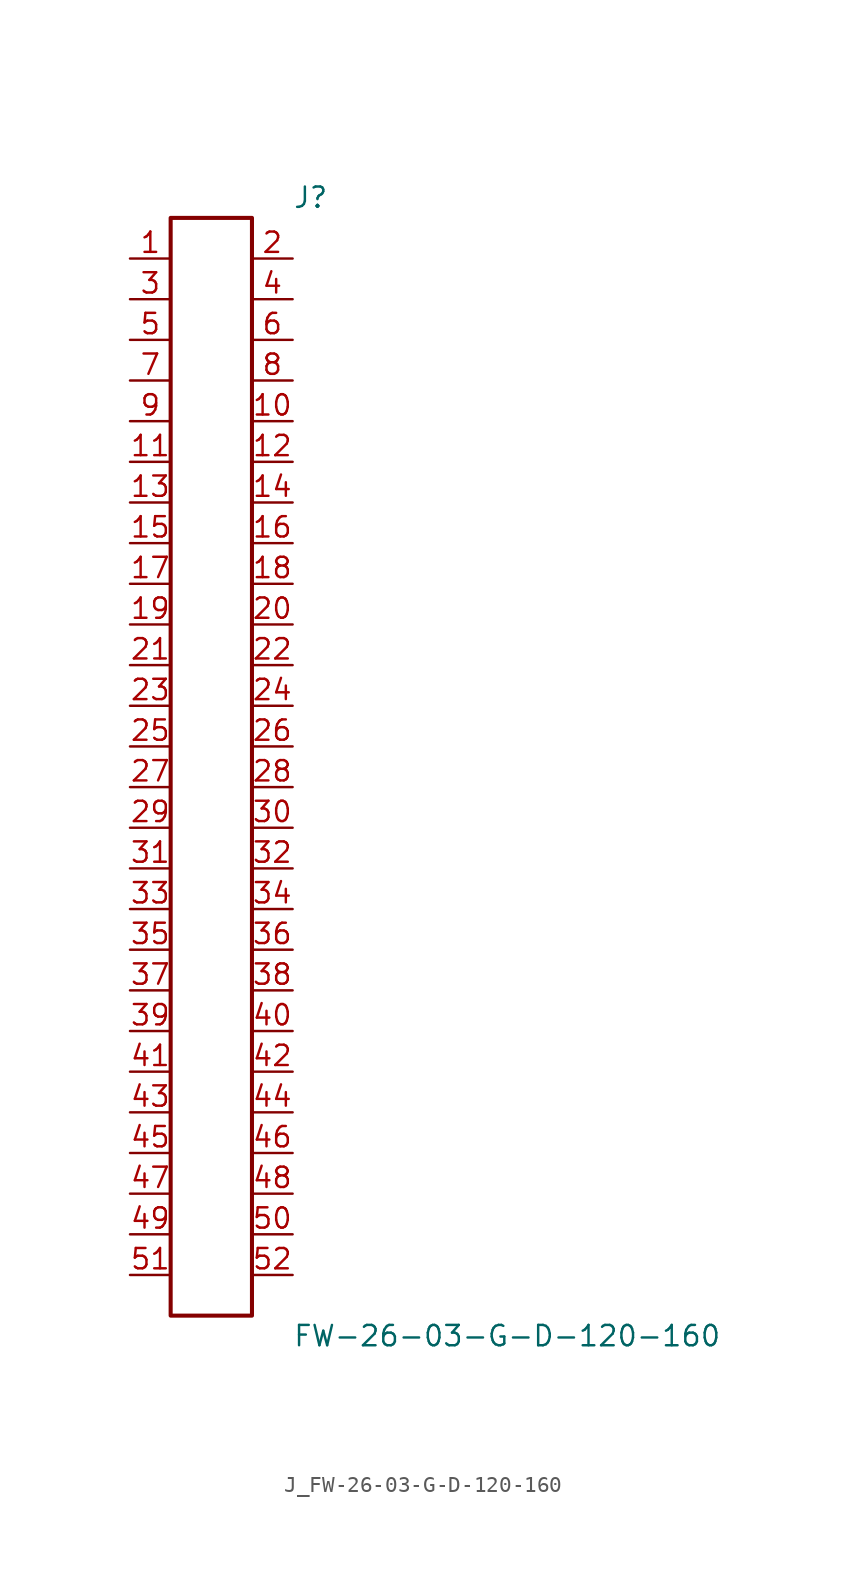
<source format=kicad_sym>
(kicad_symbol_lib
  (version 20231120)
  (generator kicad_symbol_editor)
  (generator_version 8.0)
  (symbol "J_FW-26-03-G-D-120-160"
    (pin_names
      (offset 0.254))
    (property "Reference" "J"
      (at 5.08 35.56 0)
      (effects (font (size 1.27 1.27)) (justify left)))
    (property "Value" "FW-26-03-G-D-120-160"
      (at 5.08 -35.56 0)
      (effects (font (size 1.27 1.27)) (justify left)))
    (symbol "J_FW-26-03-G-D-120-160_0_0"
      (pin passive line (at -5.08 31.75 0) (length 2.54) (name "" (effects (font (size 1.27 1.27)))) (number "1" (effects (font (size 1.27 1.27)))))
      (pin passive line (at 5.08 31.75 180) (length 2.54) (name "" (effects (font (size 1.27 1.27)))) (number "2" (effects (font (size 1.27 1.27)))))
      (pin passive line (at -5.08 29.21 0) (length 2.54) (name "" (effects (font (size 1.27 1.27)))) (number "3" (effects (font (size 1.27 1.27)))))
      (pin passive line (at 5.08 29.21 180) (length 2.54) (name "" (effects (font (size 1.27 1.27)))) (number "4" (effects (font (size 1.27 1.27)))))
      (pin passive line (at -5.08 26.67 0) (length 2.54) (name "" (effects (font (size 1.27 1.27)))) (number "5" (effects (font (size 1.27 1.27)))))
      (pin passive line (at 5.08 26.67 180) (length 2.54) (name "" (effects (font (size 1.27 1.27)))) (number "6" (effects (font (size 1.27 1.27)))))
      (pin passive line (at -5.08 24.13 0) (length 2.54) (name "" (effects (font (size 1.27 1.27)))) (number "7" (effects (font (size 1.27 1.27)))))
      (pin passive line (at 5.08 24.13 180) (length 2.54) (name "" (effects (font (size 1.27 1.27)))) (number "8" (effects (font (size 1.27 1.27)))))
      (pin passive line (at -5.08 21.59 0) (length 2.54) (name "" (effects (font (size 1.27 1.27)))) (number "9" (effects (font (size 1.27 1.27)))))
      (pin passive line (at 5.08 21.59 180) (length 2.54) (name "" (effects (font (size 1.27 1.27)))) (number "10" (effects (font (size 1.27 1.27)))))
      (pin passive line (at -5.08 19.05 0) (length 2.54) (name "" (effects (font (size 1.27 1.27)))) (number "11" (effects (font (size 1.27 1.27)))))
      (pin passive line (at 5.08 19.05 180) (length 2.54) (name "" (effects (font (size 1.27 1.27)))) (number "12" (effects (font (size 1.27 1.27)))))
      (pin passive line (at -5.08 16.51 0) (length 2.54) (name "" (effects (font (size 1.27 1.27)))) (number "13" (effects (font (size 1.27 1.27)))))
      (pin passive line (at 5.08 16.51 180) (length 2.54) (name "" (effects (font (size 1.27 1.27)))) (number "14" (effects (font (size 1.27 1.27)))))
      (pin passive line (at -5.08 13.97 0) (length 2.54) (name "" (effects (font (size 1.27 1.27)))) (number "15" (effects (font (size 1.27 1.27)))))
      (pin passive line (at 5.08 13.97 180) (length 2.54) (name "" (effects (font (size 1.27 1.27)))) (number "16" (effects (font (size 1.27 1.27)))))
      (pin passive line (at -5.08 11.43 0) (length 2.54) (name "" (effects (font (size 1.27 1.27)))) (number "17" (effects (font (size 1.27 1.27)))))
      (pin passive line (at 5.08 11.43 180) (length 2.54) (name "" (effects (font (size 1.27 1.27)))) (number "18" (effects (font (size 1.27 1.27)))))
      (pin passive line (at -5.08 8.89 0) (length 2.54) (name "" (effects (font (size 1.27 1.27)))) (number "19" (effects (font (size 1.27 1.27)))))
      (pin passive line (at 5.08 8.89 180) (length 2.54) (name "" (effects (font (size 1.27 1.27)))) (number "20" (effects (font (size 1.27 1.27)))))
      (pin passive line (at -5.08 6.35 0) (length 2.54) (name "" (effects (font (size 1.27 1.27)))) (number "21" (effects (font (size 1.27 1.27)))))
      (pin passive line (at 5.08 6.35 180) (length 2.54) (name "" (effects (font (size 1.27 1.27)))) (number "22" (effects (font (size 1.27 1.27)))))
      (pin passive line (at -5.08 3.81 0) (length 2.54) (name "" (effects (font (size 1.27 1.27)))) (number "23" (effects (font (size 1.27 1.27)))))
      (pin passive line (at 5.08 3.81 180) (length 2.54) (name "" (effects (font (size 1.27 1.27)))) (number "24" (effects (font (size 1.27 1.27)))))
      (pin passive line (at -5.08 1.27 0) (length 2.54) (name "" (effects (font (size 1.27 1.27)))) (number "25" (effects (font (size 1.27 1.27)))))
      (pin passive line (at 5.08 1.27 180) (length 2.54) (name "" (effects (font (size 1.27 1.27)))) (number "26" (effects (font (size 1.27 1.27)))))
      (pin passive line (at -5.08 -1.27 0) (length 2.54) (name "" (effects (font (size 1.27 1.27)))) (number "27" (effects (font (size 1.27 1.27)))))
      (pin passive line (at 5.08 -1.27 180) (length 2.54) (name "" (effects (font (size 1.27 1.27)))) (number "28" (effects (font (size 1.27 1.27)))))
      (pin passive line (at -5.08 -3.81 0) (length 2.54) (name "" (effects (font (size 1.27 1.27)))) (number "29" (effects (font (size 1.27 1.27)))))
      (pin passive line (at 5.08 -3.81 180) (length 2.54) (name "" (effects (font (size 1.27 1.27)))) (number "30" (effects (font (size 1.27 1.27)))))
      (pin passive line (at -5.08 -6.35 0) (length 2.54) (name "" (effects (font (size 1.27 1.27)))) (number "31" (effects (font (size 1.27 1.27)))))
      (pin passive line (at 5.08 -6.35 180) (length 2.54) (name "" (effects (font (size 1.27 1.27)))) (number "32" (effects (font (size 1.27 1.27)))))
      (pin passive line (at -5.08 -8.89 0) (length 2.54) (name "" (effects (font (size 1.27 1.27)))) (number "33" (effects (font (size 1.27 1.27)))))
      (pin passive line (at 5.08 -8.89 180) (length 2.54) (name "" (effects (font (size 1.27 1.27)))) (number "34" (effects (font (size 1.27 1.27)))))
      (pin passive line (at -5.08 -11.43 0) (length 2.54) (name "" (effects (font (size 1.27 1.27)))) (number "35" (effects (font (size 1.27 1.27)))))
      (pin passive line (at 5.08 -11.43 180) (length 2.54) (name "" (effects (font (size 1.27 1.27)))) (number "36" (effects (font (size 1.27 1.27)))))
      (pin passive line (at -5.08 -13.97 0) (length 2.54) (name "" (effects (font (size 1.27 1.27)))) (number "37" (effects (font (size 1.27 1.27)))))
      (pin passive line (at 5.08 -13.97 180) (length 2.54) (name "" (effects (font (size 1.27 1.27)))) (number "38" (effects (font (size 1.27 1.27)))))
      (pin passive line (at -5.08 -16.51 0) (length 2.54) (name "" (effects (font (size 1.27 1.27)))) (number "39" (effects (font (size 1.27 1.27)))))
      (pin passive line (at 5.08 -16.51 180) (length 2.54) (name "" (effects (font (size 1.27 1.27)))) (number "40" (effects (font (size 1.27 1.27)))))
      (pin passive line (at -5.08 -19.05 0) (length 2.54) (name "" (effects (font (size 1.27 1.27)))) (number "41" (effects (font (size 1.27 1.27)))))
      (pin passive line (at 5.08 -19.05 180) (length 2.54) (name "" (effects (font (size 1.27 1.27)))) (number "42" (effects (font (size 1.27 1.27)))))
      (pin passive line (at -5.08 -21.59 0) (length 2.54) (name "" (effects (font (size 1.27 1.27)))) (number "43" (effects (font (size 1.27 1.27)))))
      (pin passive line (at 5.08 -21.59 180) (length 2.54) (name "" (effects (font (size 1.27 1.27)))) (number "44" (effects (font (size 1.27 1.27)))))
      (pin passive line (at -5.08 -24.13 0) (length 2.54) (name "" (effects (font (size 1.27 1.27)))) (number "45" (effects (font (size 1.27 1.27)))))
      (pin passive line (at 5.08 -24.13 180) (length 2.54) (name "" (effects (font (size 1.27 1.27)))) (number "46" (effects (font (size 1.27 1.27)))))
      (pin passive line (at -5.08 -26.67 0) (length 2.54) (name "" (effects (font (size 1.27 1.27)))) (number "47" (effects (font (size 1.27 1.27)))))
      (pin passive line (at 5.08 -26.67 180) (length 2.54) (name "" (effects (font (size 1.27 1.27)))) (number "48" (effects (font (size 1.27 1.27)))))
      (pin passive line (at -5.08 -29.21 0) (length 2.54) (name "" (effects (font (size 1.27 1.27)))) (number "49" (effects (font (size 1.27 1.27)))))
      (pin passive line (at 5.08 -29.21 180) (length 2.54) (name "" (effects (font (size 1.27 1.27)))) (number "50" (effects (font (size 1.27 1.27)))))
      (pin passive line (at -5.08 -31.75 0) (length 2.54) (name "" (effects (font (size 1.27 1.27)))) (number "51" (effects (font (size 1.27 1.27)))))
      (pin passive line (at 5.08 -31.75 180) (length 2.54) (name "" (effects (font (size 1.27 1.27)))) (number "52" (effects (font (size 1.27 1.27))))))
    (symbol "J_FW-26-03-G-D-120-160_1_0"
      (rectangle (start -2.54 34.29) (end 2.54 -34.29) (stroke (width 0.254) (type solid)) (fill (type none))))))
</source>
